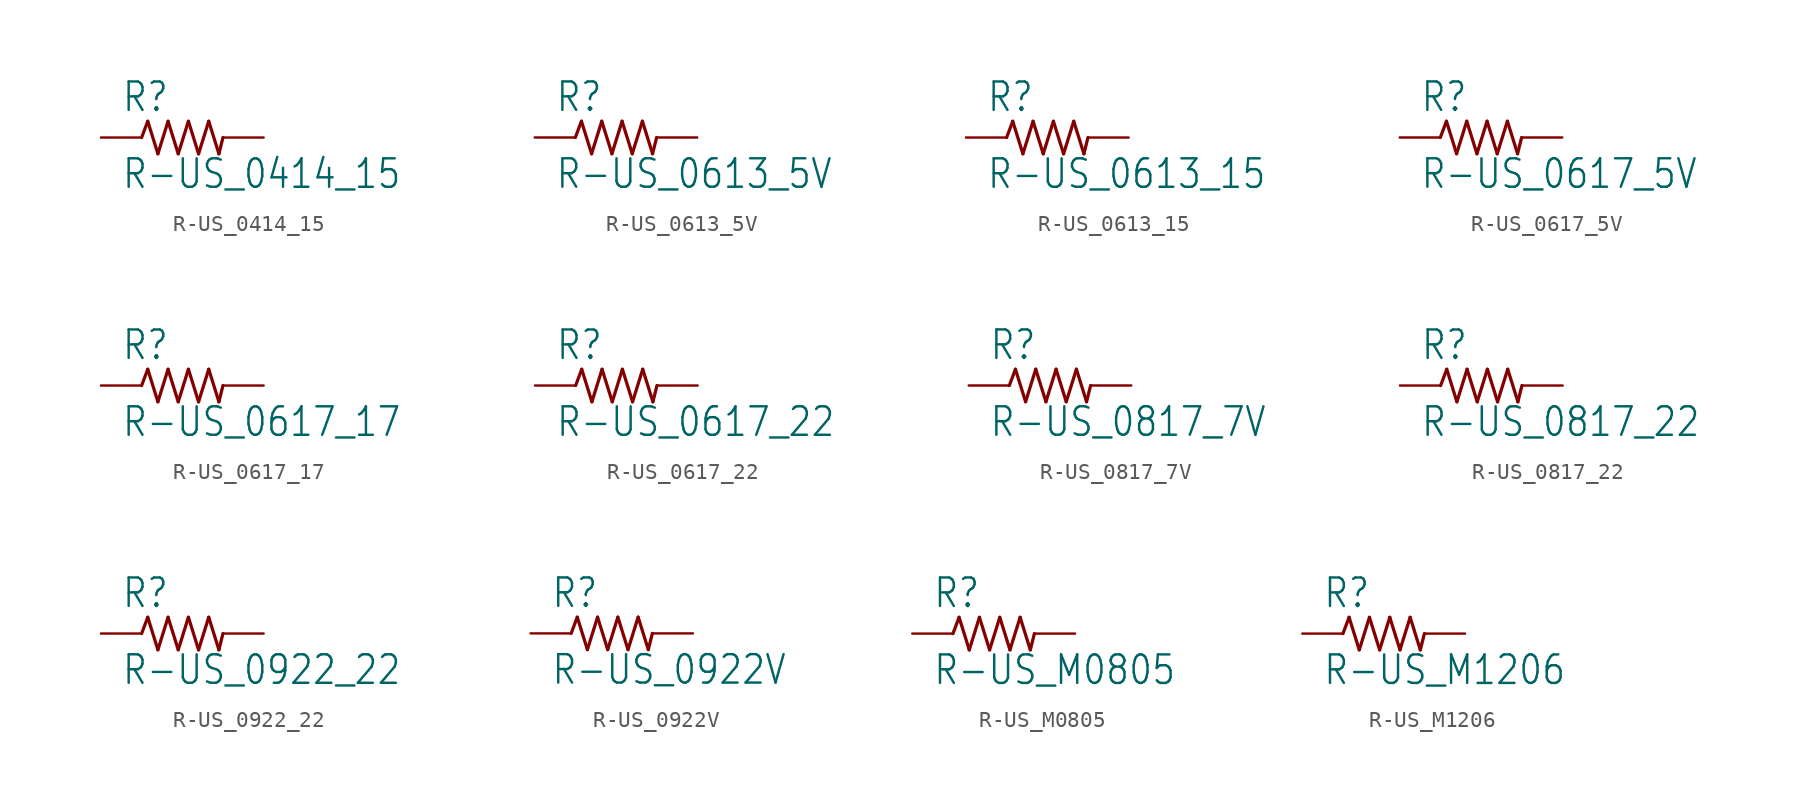
<source format=kicad_sym>
(kicad_symbol_lib
  (version 20201005)
  (generator kicad_symbol_editor)
  (symbol "R-US_0414_15"
    (property "Reference" "R"
      (at -3.81 1.499 0)
      (effects (font (size 1.778 1.511)) (justify left bottom)))
    (property "Value" "R-US_0414_15"
      (at -3.81 -3.302 0)
      (effects (font (size 1.778 1.511)) (justify left bottom)))
    (property "ki_locked" ""
      (at 0 0 0)
      (effects (font (size 1.27 1.27))))
    (symbol "R-US_0414_15_1_0"
      (polyline (pts (xy -2.54 0) (xy -2.159 1.016)) (stroke (width 0.203)) (fill (type none)))
      (polyline (pts (xy -2.159 1.016) (xy -1.524 -1.016)) (stroke (width 0.203)) (fill (type none)))
      (polyline (pts (xy -1.524 -1.016) (xy -0.889 1.016)) (stroke (width 0.203)) (fill (type none)))
      (polyline (pts (xy -0.889 1.016) (xy -0.254 -1.016)) (stroke (width 0.203)) (fill (type none)))
      (polyline (pts (xy -0.254 -1.016) (xy 0.381 1.016)) (stroke (width 0.203)) (fill (type none)))
      (polyline (pts (xy 0.381 1.016) (xy 1.016 -1.016)) (stroke (width 0.203)) (fill (type none)))
      (polyline (pts (xy 1.016 -1.016) (xy 1.651 1.016)) (stroke (width 0.203)) (fill (type none)))
      (polyline (pts (xy 1.651 1.016) (xy 2.286 -1.016)) (stroke (width 0.203)) (fill (type none)))
      (polyline (pts (xy 2.286 -1.016) (xy 2.54 0)) (stroke (width 0.203)) (fill (type none)))
      (pin passive line (at 5.08 0 180) (length 2.54) (name "2" (effects (font (size 0 0)))) (number "2" (effects (font (size 0 0)))))
      (pin passive line (at -5.08 0 0) (length 2.54) (name "1" (effects (font (size 0 0)))) (number "1" (effects (font (size 0 0)))))))
  (symbol "R-US_0613_5V"
    (property "Reference" "R"
      (at -3.81 1.499 0)
      (effects (font (size 1.778 1.511)) (justify left bottom)))
    (property "Value" "R-US_0613_5V"
      (at -3.81 -3.302 0)
      (effects (font (size 1.778 1.511)) (justify left bottom)))
    (property "ki_locked" ""
      (at 0 0 0)
      (effects (font (size 1.27 1.27))))
    (symbol "R-US_0613_5V_1_0"
      (polyline (pts (xy -2.54 0) (xy -2.159 1.016)) (stroke (width 0.203)) (fill (type none)))
      (polyline (pts (xy -2.159 1.016) (xy -1.524 -1.016)) (stroke (width 0.203)) (fill (type none)))
      (polyline (pts (xy -1.524 -1.016) (xy -0.889 1.016)) (stroke (width 0.203)) (fill (type none)))
      (polyline (pts (xy -0.889 1.016) (xy -0.254 -1.016)) (stroke (width 0.203)) (fill (type none)))
      (polyline (pts (xy -0.254 -1.016) (xy 0.381 1.016)) (stroke (width 0.203)) (fill (type none)))
      (polyline (pts (xy 0.381 1.016) (xy 1.016 -1.016)) (stroke (width 0.203)) (fill (type none)))
      (polyline (pts (xy 1.016 -1.016) (xy 1.651 1.016)) (stroke (width 0.203)) (fill (type none)))
      (polyline (pts (xy 1.651 1.016) (xy 2.286 -1.016)) (stroke (width 0.203)) (fill (type none)))
      (polyline (pts (xy 2.286 -1.016) (xy 2.54 0)) (stroke (width 0.203)) (fill (type none)))
      (pin passive line (at 5.08 0 180) (length 2.54) (name "2" (effects (font (size 0 0)))) (number "2" (effects (font (size 0 0)))))
      (pin passive line (at -5.08 0 0) (length 2.54) (name "1" (effects (font (size 0 0)))) (number "1" (effects (font (size 0 0)))))))
  (symbol "R-US_0613_15"
    (property "Reference" "R"
      (at -3.81 1.499 0)
      (effects (font (size 1.778 1.511)) (justify left bottom)))
    (property "Value" "R-US_0613_15"
      (at -3.81 -3.302 0)
      (effects (font (size 1.778 1.511)) (justify left bottom)))
    (property "ki_locked" ""
      (at 0 0 0)
      (effects (font (size 1.27 1.27))))
    (symbol "R-US_0613_15_1_0"
      (polyline (pts (xy -2.54 0) (xy -2.159 1.016)) (stroke (width 0.203)) (fill (type none)))
      (polyline (pts (xy -2.159 1.016) (xy -1.524 -1.016)) (stroke (width 0.203)) (fill (type none)))
      (polyline (pts (xy -1.524 -1.016) (xy -0.889 1.016)) (stroke (width 0.203)) (fill (type none)))
      (polyline (pts (xy -0.889 1.016) (xy -0.254 -1.016)) (stroke (width 0.203)) (fill (type none)))
      (polyline (pts (xy -0.254 -1.016) (xy 0.381 1.016)) (stroke (width 0.203)) (fill (type none)))
      (polyline (pts (xy 0.381 1.016) (xy 1.016 -1.016)) (stroke (width 0.203)) (fill (type none)))
      (polyline (pts (xy 1.016 -1.016) (xy 1.651 1.016)) (stroke (width 0.203)) (fill (type none)))
      (polyline (pts (xy 1.651 1.016) (xy 2.286 -1.016)) (stroke (width 0.203)) (fill (type none)))
      (polyline (pts (xy 2.286 -1.016) (xy 2.54 0)) (stroke (width 0.203)) (fill (type none)))
      (pin passive line (at 5.08 0 180) (length 2.54) (name "2" (effects (font (size 0 0)))) (number "2" (effects (font (size 0 0)))))
      (pin passive line (at -5.08 0 0) (length 2.54) (name "1" (effects (font (size 0 0)))) (number "1" (effects (font (size 0 0)))))))
  (symbol "R-US_0617_5V"
    (property "Reference" "R"
      (at -3.81 1.499 0)
      (effects (font (size 1.778 1.511)) (justify left bottom)))
    (property "Value" "R-US_0617_5V"
      (at -3.81 -3.302 0)
      (effects (font (size 1.778 1.511)) (justify left bottom)))
    (property "ki_locked" ""
      (at 0 0 0)
      (effects (font (size 1.27 1.27))))
    (symbol "R-US_0617_5V_1_0"
      (polyline (pts (xy -2.54 0) (xy -2.159 1.016)) (stroke (width 0.203)) (fill (type none)))
      (polyline (pts (xy -2.159 1.016) (xy -1.524 -1.016)) (stroke (width 0.203)) (fill (type none)))
      (polyline (pts (xy -1.524 -1.016) (xy -0.889 1.016)) (stroke (width 0.203)) (fill (type none)))
      (polyline (pts (xy -0.889 1.016) (xy -0.254 -1.016)) (stroke (width 0.203)) (fill (type none)))
      (polyline (pts (xy -0.254 -1.016) (xy 0.381 1.016)) (stroke (width 0.203)) (fill (type none)))
      (polyline (pts (xy 0.381 1.016) (xy 1.016 -1.016)) (stroke (width 0.203)) (fill (type none)))
      (polyline (pts (xy 1.016 -1.016) (xy 1.651 1.016)) (stroke (width 0.203)) (fill (type none)))
      (polyline (pts (xy 1.651 1.016) (xy 2.286 -1.016)) (stroke (width 0.203)) (fill (type none)))
      (polyline (pts (xy 2.286 -1.016) (xy 2.54 0)) (stroke (width 0.203)) (fill (type none)))
      (pin passive line (at 5.08 0 180) (length 2.54) (name "2" (effects (font (size 0 0)))) (number "2" (effects (font (size 0 0)))))
      (pin passive line (at -5.08 0 0) (length 2.54) (name "1" (effects (font (size 0 0)))) (number "1" (effects (font (size 0 0)))))))
  (symbol "R-US_0617_17"
    (property "Reference" "R"
      (at -3.81 1.499 0)
      (effects (font (size 1.778 1.511)) (justify left bottom)))
    (property "Value" "R-US_0617_17"
      (at -3.81 -3.302 0)
      (effects (font (size 1.778 1.511)) (justify left bottom)))
    (property "ki_locked" ""
      (at 0 0 0)
      (effects (font (size 1.27 1.27))))
    (symbol "R-US_0617_17_1_0"
      (polyline (pts (xy -2.54 0) (xy -2.159 1.016)) (stroke (width 0.203)) (fill (type none)))
      (polyline (pts (xy -2.159 1.016) (xy -1.524 -1.016)) (stroke (width 0.203)) (fill (type none)))
      (polyline (pts (xy -1.524 -1.016) (xy -0.889 1.016)) (stroke (width 0.203)) (fill (type none)))
      (polyline (pts (xy -0.889 1.016) (xy -0.254 -1.016)) (stroke (width 0.203)) (fill (type none)))
      (polyline (pts (xy -0.254 -1.016) (xy 0.381 1.016)) (stroke (width 0.203)) (fill (type none)))
      (polyline (pts (xy 0.381 1.016) (xy 1.016 -1.016)) (stroke (width 0.203)) (fill (type none)))
      (polyline (pts (xy 1.016 -1.016) (xy 1.651 1.016)) (stroke (width 0.203)) (fill (type none)))
      (polyline (pts (xy 1.651 1.016) (xy 2.286 -1.016)) (stroke (width 0.203)) (fill (type none)))
      (polyline (pts (xy 2.286 -1.016) (xy 2.54 0)) (stroke (width 0.203)) (fill (type none)))
      (pin passive line (at 5.08 0 180) (length 2.54) (name "2" (effects (font (size 0 0)))) (number "2" (effects (font (size 0 0)))))
      (pin passive line (at -5.08 0 0) (length 2.54) (name "1" (effects (font (size 0 0)))) (number "1" (effects (font (size 0 0)))))))
  (symbol "R-US_0617_22"
    (property "Reference" "R"
      (at -3.81 1.499 0)
      (effects (font (size 1.778 1.511)) (justify left bottom)))
    (property "Value" "R-US_0617_22"
      (at -3.81 -3.302 0)
      (effects (font (size 1.778 1.511)) (justify left bottom)))
    (property "ki_locked" ""
      (at 0 0 0)
      (effects (font (size 1.27 1.27))))
    (symbol "R-US_0617_22_1_0"
      (polyline (pts (xy -2.54 0) (xy -2.159 1.016)) (stroke (width 0.203)) (fill (type none)))
      (polyline (pts (xy -2.159 1.016) (xy -1.524 -1.016)) (stroke (width 0.203)) (fill (type none)))
      (polyline (pts (xy -1.524 -1.016) (xy -0.889 1.016)) (stroke (width 0.203)) (fill (type none)))
      (polyline (pts (xy -0.889 1.016) (xy -0.254 -1.016)) (stroke (width 0.203)) (fill (type none)))
      (polyline (pts (xy -0.254 -1.016) (xy 0.381 1.016)) (stroke (width 0.203)) (fill (type none)))
      (polyline (pts (xy 0.381 1.016) (xy 1.016 -1.016)) (stroke (width 0.203)) (fill (type none)))
      (polyline (pts (xy 1.016 -1.016) (xy 1.651 1.016)) (stroke (width 0.203)) (fill (type none)))
      (polyline (pts (xy 1.651 1.016) (xy 2.286 -1.016)) (stroke (width 0.203)) (fill (type none)))
      (polyline (pts (xy 2.286 -1.016) (xy 2.54 0)) (stroke (width 0.203)) (fill (type none)))
      (pin passive line (at 5.08 0 180) (length 2.54) (name "2" (effects (font (size 0 0)))) (number "2" (effects (font (size 0 0)))))
      (pin passive line (at -5.08 0 0) (length 2.54) (name "1" (effects (font (size 0 0)))) (number "1" (effects (font (size 0 0)))))))
  (symbol "R-US_0817_7V"
    (property "Reference" "R"
      (at -3.81 1.499 0)
      (effects (font (size 1.778 1.511)) (justify left bottom)))
    (property "Value" "R-US_0817_7V"
      (at -3.81 -3.302 0)
      (effects (font (size 1.778 1.511)) (justify left bottom)))
    (property "ki_locked" ""
      (at 0 0 0)
      (effects (font (size 1.27 1.27))))
    (symbol "R-US_0817_7V_1_0"
      (polyline (pts (xy -2.54 0) (xy -2.159 1.016)) (stroke (width 0.203)) (fill (type none)))
      (polyline (pts (xy -2.159 1.016) (xy -1.524 -1.016)) (stroke (width 0.203)) (fill (type none)))
      (polyline (pts (xy -1.524 -1.016) (xy -0.889 1.016)) (stroke (width 0.203)) (fill (type none)))
      (polyline (pts (xy -0.889 1.016) (xy -0.254 -1.016)) (stroke (width 0.203)) (fill (type none)))
      (polyline (pts (xy -0.254 -1.016) (xy 0.381 1.016)) (stroke (width 0.203)) (fill (type none)))
      (polyline (pts (xy 0.381 1.016) (xy 1.016 -1.016)) (stroke (width 0.203)) (fill (type none)))
      (polyline (pts (xy 1.016 -1.016) (xy 1.651 1.016)) (stroke (width 0.203)) (fill (type none)))
      (polyline (pts (xy 1.651 1.016) (xy 2.286 -1.016)) (stroke (width 0.203)) (fill (type none)))
      (polyline (pts (xy 2.286 -1.016) (xy 2.54 0)) (stroke (width 0.203)) (fill (type none)))
      (pin passive line (at 5.08 0 180) (length 2.54) (name "2" (effects (font (size 0 0)))) (number "2" (effects (font (size 0 0)))))
      (pin passive line (at -5.08 0 0) (length 2.54) (name "1" (effects (font (size 0 0)))) (number "1" (effects (font (size 0 0)))))))
  (symbol "R-US_0817_22"
    (property "Reference" "R"
      (at -3.81 1.499 0)
      (effects (font (size 1.778 1.511)) (justify left bottom)))
    (property "Value" "R-US_0817_22"
      (at -3.81 -3.302 0)
      (effects (font (size 1.778 1.511)) (justify left bottom)))
    (property "ki_locked" ""
      (at 0 0 0)
      (effects (font (size 1.27 1.27))))
    (symbol "R-US_0817_22_1_0"
      (polyline (pts (xy -2.54 0) (xy -2.159 1.016)) (stroke (width 0.203)) (fill (type none)))
      (polyline (pts (xy -2.159 1.016) (xy -1.524 -1.016)) (stroke (width 0.203)) (fill (type none)))
      (polyline (pts (xy -1.524 -1.016) (xy -0.889 1.016)) (stroke (width 0.203)) (fill (type none)))
      (polyline (pts (xy -0.889 1.016) (xy -0.254 -1.016)) (stroke (width 0.203)) (fill (type none)))
      (polyline (pts (xy -0.254 -1.016) (xy 0.381 1.016)) (stroke (width 0.203)) (fill (type none)))
      (polyline (pts (xy 0.381 1.016) (xy 1.016 -1.016)) (stroke (width 0.203)) (fill (type none)))
      (polyline (pts (xy 1.016 -1.016) (xy 1.651 1.016)) (stroke (width 0.203)) (fill (type none)))
      (polyline (pts (xy 1.651 1.016) (xy 2.286 -1.016)) (stroke (width 0.203)) (fill (type none)))
      (polyline (pts (xy 2.286 -1.016) (xy 2.54 0)) (stroke (width 0.203)) (fill (type none)))
      (pin passive line (at 5.08 0 180) (length 2.54) (name "2" (effects (font (size 0 0)))) (number "2" (effects (font (size 0 0)))))
      (pin passive line (at -5.08 0 0) (length 2.54) (name "1" (effects (font (size 0 0)))) (number "1" (effects (font (size 0 0)))))))
  (symbol "R-US_0922_22"
    (property "Reference" "R"
      (at -3.81 1.499 0)
      (effects (font (size 1.778 1.511)) (justify left bottom)))
    (property "Value" "R-US_0922_22"
      (at -3.81 -3.302 0)
      (effects (font (size 1.778 1.511)) (justify left bottom)))
    (property "ki_locked" ""
      (at 0 0 0)
      (effects (font (size 1.27 1.27))))
    (symbol "R-US_0922_22_1_0"
      (polyline (pts (xy -2.54 0) (xy -2.159 1.016)) (stroke (width 0.203)) (fill (type none)))
      (polyline (pts (xy -2.159 1.016) (xy -1.524 -1.016)) (stroke (width 0.203)) (fill (type none)))
      (polyline (pts (xy -1.524 -1.016) (xy -0.889 1.016)) (stroke (width 0.203)) (fill (type none)))
      (polyline (pts (xy -0.889 1.016) (xy -0.254 -1.016)) (stroke (width 0.203)) (fill (type none)))
      (polyline (pts (xy -0.254 -1.016) (xy 0.381 1.016)) (stroke (width 0.203)) (fill (type none)))
      (polyline (pts (xy 0.381 1.016) (xy 1.016 -1.016)) (stroke (width 0.203)) (fill (type none)))
      (polyline (pts (xy 1.016 -1.016) (xy 1.651 1.016)) (stroke (width 0.203)) (fill (type none)))
      (polyline (pts (xy 1.651 1.016) (xy 2.286 -1.016)) (stroke (width 0.203)) (fill (type none)))
      (polyline (pts (xy 2.286 -1.016) (xy 2.54 0)) (stroke (width 0.203)) (fill (type none)))
      (pin passive line (at 5.08 0 180) (length 2.54) (name "2" (effects (font (size 0 0)))) (number "2" (effects (font (size 0 0)))))
      (pin passive line (at -5.08 0 0) (length 2.54) (name "1" (effects (font (size 0 0)))) (number "1" (effects (font (size 0 0)))))))
  (symbol "R-US_0922V"
    (property "Reference" "R"
      (at -3.81 1.499 0)
      (effects (font (size 1.778 1.511)) (justify left bottom)))
    (property "Value" "R-US_0922V"
      (at -3.81 -3.302 0)
      (effects (font (size 1.778 1.511)) (justify left bottom)))
    (property "ki_locked" ""
      (at 0 0 0)
      (effects (font (size 1.27 1.27))))
    (symbol "R-US_0922V_1_0"
      (polyline (pts (xy -2.54 0) (xy -2.159 1.016)) (stroke (width 0.203)) (fill (type none)))
      (polyline (pts (xy -2.159 1.016) (xy -1.524 -1.016)) (stroke (width 0.203)) (fill (type none)))
      (polyline (pts (xy -1.524 -1.016) (xy -0.889 1.016)) (stroke (width 0.203)) (fill (type none)))
      (polyline (pts (xy -0.889 1.016) (xy -0.254 -1.016)) (stroke (width 0.203)) (fill (type none)))
      (polyline (pts (xy -0.254 -1.016) (xy 0.381 1.016)) (stroke (width 0.203)) (fill (type none)))
      (polyline (pts (xy 0.381 1.016) (xy 1.016 -1.016)) (stroke (width 0.203)) (fill (type none)))
      (polyline (pts (xy 1.016 -1.016) (xy 1.651 1.016)) (stroke (width 0.203)) (fill (type none)))
      (polyline (pts (xy 1.651 1.016) (xy 2.286 -1.016)) (stroke (width 0.203)) (fill (type none)))
      (polyline (pts (xy 2.286 -1.016) (xy 2.54 0)) (stroke (width 0.203)) (fill (type none)))
      (pin passive line (at 5.08 0 180) (length 2.54) (name "2" (effects (font (size 0 0)))) (number "2" (effects (font (size 0 0)))))
      (pin passive line (at -5.08 0 0) (length 2.54) (name "1" (effects (font (size 0 0)))) (number "1" (effects (font (size 0 0)))))))
  (symbol "R-US_M0805"
    (property "Reference" "R"
      (at -3.81 1.499 0)
      (effects (font (size 1.778 1.511)) (justify left bottom)))
    (property "Value" "R-US_M0805"
      (at -3.81 -3.302 0)
      (effects (font (size 1.778 1.511)) (justify left bottom)))
    (property "ki_locked" ""
      (at 0 0 0)
      (effects (font (size 1.27 1.27))))
    (symbol "R-US_M0805_1_0"
      (polyline (pts (xy -2.54 0) (xy -2.159 1.016)) (stroke (width 0.203)) (fill (type none)))
      (polyline (pts (xy -2.159 1.016) (xy -1.524 -1.016)) (stroke (width 0.203)) (fill (type none)))
      (polyline (pts (xy -1.524 -1.016) (xy -0.889 1.016)) (stroke (width 0.203)) (fill (type none)))
      (polyline (pts (xy -0.889 1.016) (xy -0.254 -1.016)) (stroke (width 0.203)) (fill (type none)))
      (polyline (pts (xy -0.254 -1.016) (xy 0.381 1.016)) (stroke (width 0.203)) (fill (type none)))
      (polyline (pts (xy 0.381 1.016) (xy 1.016 -1.016)) (stroke (width 0.203)) (fill (type none)))
      (polyline (pts (xy 1.016 -1.016) (xy 1.651 1.016)) (stroke (width 0.203)) (fill (type none)))
      (polyline (pts (xy 1.651 1.016) (xy 2.286 -1.016)) (stroke (width 0.203)) (fill (type none)))
      (polyline (pts (xy 2.286 -1.016) (xy 2.54 0)) (stroke (width 0.203)) (fill (type none)))
      (pin passive line (at 5.08 0 180) (length 2.54) (name "2" (effects (font (size 0 0)))) (number "2" (effects (font (size 0 0)))))
      (pin passive line (at -5.08 0 0) (length 2.54) (name "1" (effects (font (size 0 0)))) (number "1" (effects (font (size 0 0)))))))
  (symbol "R-US_M1206"
    (property "Reference" "R"
      (at -3.81 1.499 0)
      (effects (font (size 1.778 1.511)) (justify left bottom)))
    (property "Value" "R-US_M1206"
      (at -3.81 -3.302 0)
      (effects (font (size 1.778 1.511)) (justify left bottom)))
    (property "ki_locked" ""
      (at 0 0 0)
      (effects (font (size 1.27 1.27))))
    (symbol "R-US_M1206_1_0"
      (polyline (pts (xy -2.54 0) (xy -2.159 1.016)) (stroke (width 0.203)) (fill (type none)))
      (polyline (pts (xy -2.159 1.016) (xy -1.524 -1.016)) (stroke (width 0.203)) (fill (type none)))
      (polyline (pts (xy -1.524 -1.016) (xy -0.889 1.016)) (stroke (width 0.203)) (fill (type none)))
      (polyline (pts (xy -0.889 1.016) (xy -0.254 -1.016)) (stroke (width 0.203)) (fill (type none)))
      (polyline (pts (xy -0.254 -1.016) (xy 0.381 1.016)) (stroke (width 0.203)) (fill (type none)))
      (polyline (pts (xy 0.381 1.016) (xy 1.016 -1.016)) (stroke (width 0.203)) (fill (type none)))
      (polyline (pts (xy 1.016 -1.016) (xy 1.651 1.016)) (stroke (width 0.203)) (fill (type none)))
      (polyline (pts (xy 1.651 1.016) (xy 2.286 -1.016)) (stroke (width 0.203)) (fill (type none)))
      (polyline (pts (xy 2.286 -1.016) (xy 2.54 0)) (stroke (width 0.203)) (fill (type none)))
      (pin passive line (at 5.08 0 180) (length 2.54) (name "2" (effects (font (size 0 0)))) (number "2" (effects (font (size 0 0)))))
      (pin passive line (at -5.08 0 0) (length 2.54) (name "1" (effects (font (size 0 0)))) (number "1" (effects (font (size 0 0))))))))
</source>
